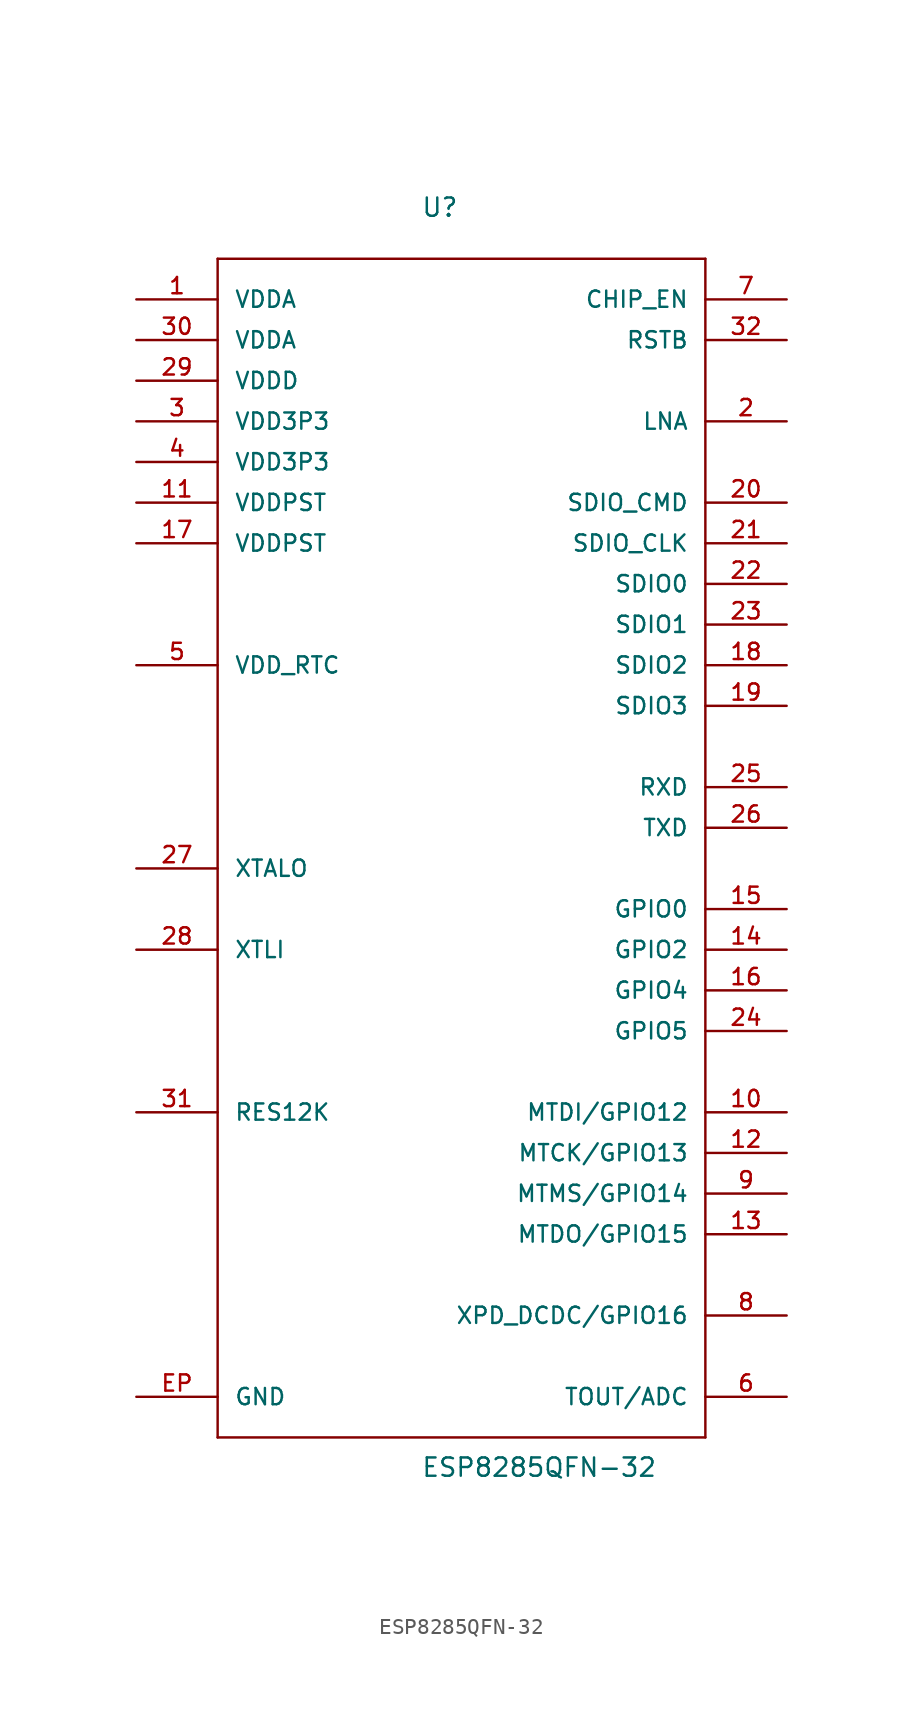
<source format=kicad_sym>
(kicad_symbol_lib
  (version 20220914)
  (generator kicad_symbol_editor)
  (symbol "ESP8285QFN-32"
    (pin_names
      (offset 1.016))
    (property "Reference" "U"
      (at -2.54 38.1 0)
      (effects (font (size 1.143 1.143)) (justify left bottom)))
    (property "Value" "ESP8285QFN-32"
      (at -2.54 -40.64 0)
      (effects (font (size 1.143 1.143)) (justify left bottom)))
    (property "ki_locked" ""
      (at 0 0 0)
      (effects (font (size 1.27 1.27))))
    (symbol "ESP8285QFN-32_1_0"
      (polyline (pts (xy -15.24 -38.1) (xy 15.24 -38.1)) (stroke (width 0) (type solid)) (fill (type none)))
      (polyline (pts (xy -15.24 35.56) (xy -15.24 -38.1)) (stroke (width 0) (type solid)) (fill (type none)))
      (polyline (pts (xy 15.24 -38.1) (xy 15.24 35.56)) (stroke (width 0) (type solid)) (fill (type none)))
      (polyline (pts (xy 15.24 35.56) (xy -15.24 35.56)) (stroke (width 0) (type solid)) (fill (type none))))
    (symbol "ESP8285QFN-32_1_1"
      (pin power_in line (at -20.32 33.02 0) (length 5.08) (name "VDDA" (effects (font (size 1.016 1.016)))) (number "1" (effects (font (size 1.016 1.016)))))
      (pin bidirectional line (at 20.32 -17.78 180) (length 5.08) (name "MTDI/GPIO12" (effects (font (size 1.016 1.016)))) (number "10" (effects (font (size 1.016 1.016)))))
      (pin power_in line (at -20.32 20.32 0) (length 5.08) (name "VDDPST" (effects (font (size 1.016 1.016)))) (number "11" (effects (font (size 1.016 1.016)))))
      (pin bidirectional line (at 20.32 -20.32 180) (length 5.08) (name "MTCK/GPIO13" (effects (font (size 1.016 1.016)))) (number "12" (effects (font (size 1.016 1.016)))))
      (pin bidirectional line (at 20.32 -25.4 180) (length 5.08) (name "MTDO/GPIO15" (effects (font (size 1.016 1.016)))) (number "13" (effects (font (size 1.016 1.016)))))
      (pin bidirectional line (at 20.32 -7.62 180) (length 5.08) (name "GPIO2" (effects (font (size 1.016 1.016)))) (number "14" (effects (font (size 1.016 1.016)))))
      (pin bidirectional line (at 20.32 -5.08 180) (length 5.08) (name "GPIO0" (effects (font (size 1.016 1.016)))) (number "15" (effects (font (size 1.016 1.016)))))
      (pin bidirectional line (at 20.32 -10.16 180) (length 5.08) (name "GPIO4" (effects (font (size 1.016 1.016)))) (number "16" (effects (font (size 1.016 1.016)))))
      (pin power_in line (at -20.32 17.78 0) (length 5.08) (name "VDDPST" (effects (font (size 1.016 1.016)))) (number "17" (effects (font (size 1.016 1.016)))))
      (pin bidirectional line (at 20.32 10.16 180) (length 5.08) (name "SDIO2" (effects (font (size 1.016 1.016)))) (number "18" (effects (font (size 1.016 1.016)))))
      (pin bidirectional line (at 20.32 7.62 180) (length 5.08) (name "SDIO3" (effects (font (size 1.016 1.016)))) (number "19" (effects (font (size 1.016 1.016)))))
      (pin bidirectional line (at 20.32 25.4 180) (length 5.08) (name "LNA" (effects (font (size 1.016 1.016)))) (number "2" (effects (font (size 1.016 1.016)))))
      (pin bidirectional line (at 20.32 20.32 180) (length 5.08) (name "SDIO_CMD" (effects (font (size 1.016 1.016)))) (number "20" (effects (font (size 1.016 1.016)))))
      (pin bidirectional line (at 20.32 17.78 180) (length 5.08) (name "SDIO_CLK" (effects (font (size 1.016 1.016)))) (number "21" (effects (font (size 1.016 1.016)))))
      (pin bidirectional line (at 20.32 15.24 180) (length 5.08) (name "SDIO0" (effects (font (size 1.016 1.016)))) (number "22" (effects (font (size 1.016 1.016)))))
      (pin bidirectional line (at 20.32 12.7 180) (length 5.08) (name "SDIO1" (effects (font (size 1.016 1.016)))) (number "23" (effects (font (size 1.016 1.016)))))
      (pin bidirectional line (at 20.32 -12.7 180) (length 5.08) (name "GPIO5" (effects (font (size 1.016 1.016)))) (number "24" (effects (font (size 1.016 1.016)))))
      (pin bidirectional line (at 20.32 2.54 180) (length 5.08) (name "RXD" (effects (font (size 1.016 1.016)))) (number "25" (effects (font (size 1.016 1.016)))))
      (pin bidirectional line (at 20.32 0 180) (length 5.08) (name "TXD" (effects (font (size 1.016 1.016)))) (number "26" (effects (font (size 1.016 1.016)))))
      (pin bidirectional line (at -20.32 -2.54 0) (length 5.08) (name "XTALO" (effects (font (size 1.016 1.016)))) (number "27" (effects (font (size 1.016 1.016)))))
      (pin bidirectional line (at -20.32 -7.62 0) (length 5.08) (name "XTLI" (effects (font (size 1.016 1.016)))) (number "28" (effects (font (size 1.016 1.016)))))
      (pin power_in line (at -20.32 27.94 0) (length 5.08) (name "VDDD" (effects (font (size 1.016 1.016)))) (number "29" (effects (font (size 1.016 1.016)))))
      (pin power_in line (at -20.32 25.4 0) (length 5.08) (name "VDD3P3" (effects (font (size 1.016 1.016)))) (number "3" (effects (font (size 1.016 1.016)))))
      (pin power_in line (at -20.32 30.48 0) (length 5.08) (name "VDDA" (effects (font (size 1.016 1.016)))) (number "30" (effects (font (size 1.016 1.016)))))
      (pin input line (at -20.32 -17.78 0) (length 5.08) (name "RES12K" (effects (font (size 1.016 1.016)))) (number "31" (effects (font (size 1.016 1.016)))))
      (pin input line (at 20.32 30.48 180) (length 5.08) (name "RSTB" (effects (font (size 1.016 1.016)))) (number "32" (effects (font (size 1.016 1.016)))))
      (pin power_in line (at -20.32 22.86 0) (length 5.08) (name "VDD3P3" (effects (font (size 1.016 1.016)))) (number "4" (effects (font (size 1.016 1.016)))))
      (pin unspecified line (at -20.32 10.16 0) (length 5.08) (name "VDD_RTC" (effects (font (size 1.016 1.016)))) (number "5" (effects (font (size 1.016 1.016)))))
      (pin input line (at 20.32 -35.56 180) (length 5.08) (name "TOUT/ADC" (effects (font (size 1.016 1.016)))) (number "6" (effects (font (size 1.016 1.016)))))
      (pin input line (at 20.32 33.02 180) (length 5.08) (name "CHIP_EN" (effects (font (size 1.016 1.016)))) (number "7" (effects (font (size 1.016 1.016)))))
      (pin bidirectional line (at 20.32 -30.48 180) (length 5.08) (name "XPD_DCDC/GPIO16" (effects (font (size 1.016 1.016)))) (number "8" (effects (font (size 1.016 1.016)))))
      (pin bidirectional line (at 20.32 -22.86 180) (length 5.08) (name "MTMS/GPIO14" (effects (font (size 1.016 1.016)))) (number "9" (effects (font (size 1.016 1.016)))))
      (pin power_in line (at -20.32 -35.56 0) (length 5.08) (name "GND" (effects (font (size 1.016 1.016)))) (number "EP" (effects (font (size 1.016 1.016))))))))
</source>
